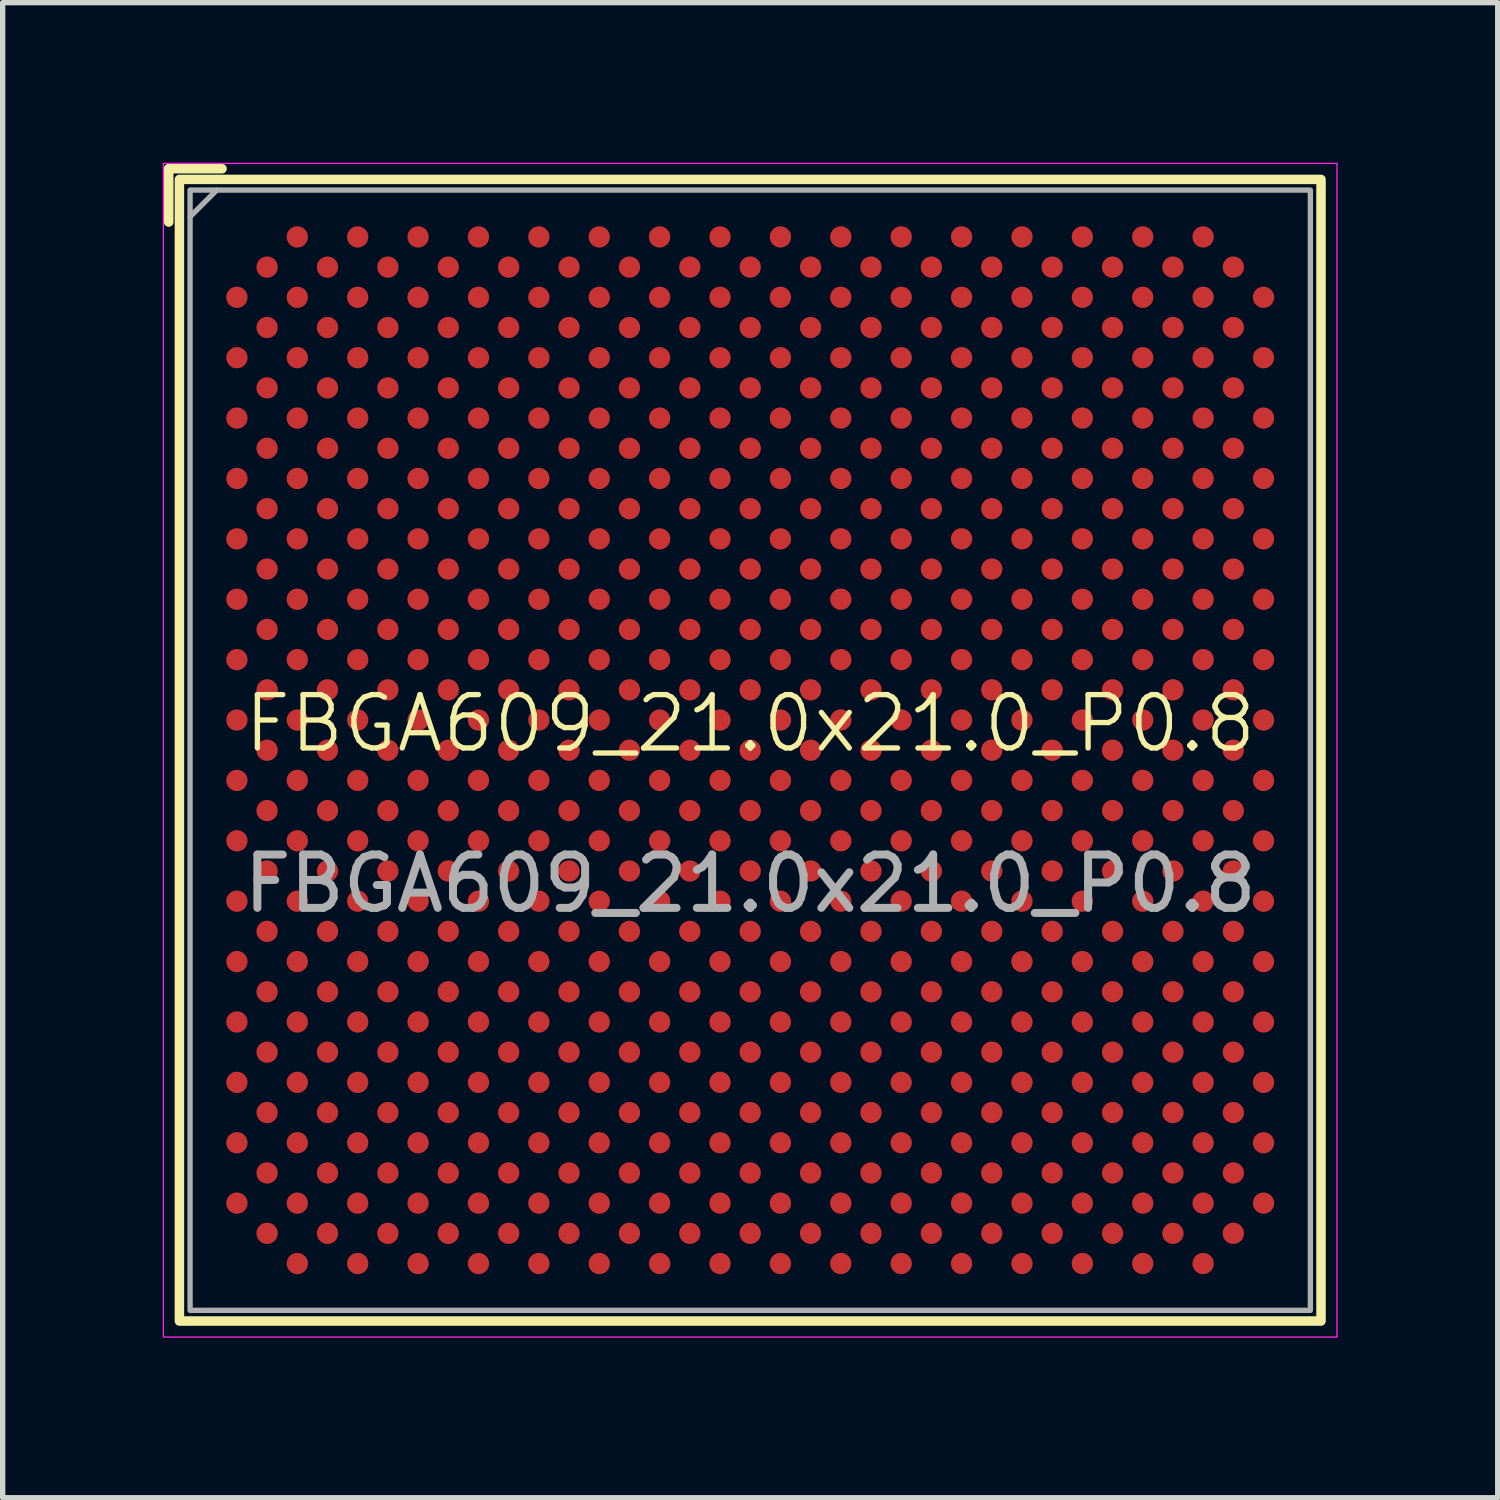
<source format=kicad_pcb>
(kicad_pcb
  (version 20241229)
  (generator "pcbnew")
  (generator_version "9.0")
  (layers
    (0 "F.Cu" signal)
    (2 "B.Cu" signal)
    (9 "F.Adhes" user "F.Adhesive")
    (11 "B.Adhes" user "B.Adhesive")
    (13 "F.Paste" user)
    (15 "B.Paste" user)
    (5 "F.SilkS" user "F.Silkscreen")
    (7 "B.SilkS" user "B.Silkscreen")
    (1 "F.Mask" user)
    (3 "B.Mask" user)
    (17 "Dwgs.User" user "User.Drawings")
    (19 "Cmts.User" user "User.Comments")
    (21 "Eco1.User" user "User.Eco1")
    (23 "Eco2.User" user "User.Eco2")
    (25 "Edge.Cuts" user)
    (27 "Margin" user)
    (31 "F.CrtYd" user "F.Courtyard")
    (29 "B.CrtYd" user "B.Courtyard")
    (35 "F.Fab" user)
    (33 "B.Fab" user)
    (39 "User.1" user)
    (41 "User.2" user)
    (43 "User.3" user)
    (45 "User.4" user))
  (footprint "FBGA609_21.0x21.0_P0.8"
    (layer "F.Cu")
    (at 11.013 11.013)
    (property "Reference" "FBGA609_21.0x21.0_P0.8" (at 0 -0.5 0) (unlocked yes) (layer "F.SilkS") (effects (font (size 1 1) (thickness 0.1))))
    (attr smd)
    (fp_line (start -10.9 -9.9) (end -10.9 -10.9) (stroke (width 0.178) (type default)) (layer "F.SilkS"))
    (fp_line (start -9.9 -10.9) (end -10.9 -10.9) (stroke (width 0.178) (type default)) (layer "F.SilkS"))
    (fp_rect (start -10.7 -10.7) (end 10.7 10.7) (stroke (width 0.178) (type default)) (fill no) (layer "F.SilkS"))
    (fp_rect (start -11 -11) (end 11 11) (stroke (width 0.025) (type default)) (fill no) (layer "F.CrtYd"))
    (fp_line (start -10.5 -10) (end -10 -10.5) (stroke (width 0.1) (type default)) (layer "F.Fab"))
    (fp_rect (start -10.5 -10.5) (end 10.5 10.5) (stroke (width 0.1) (type default)) (fill no) (layer "F.Fab"))
    (fp_text user "${REFERENCE}" (at 0 2.5 0) (unlocked yes) (layer "F.Fab") (effects (font (size 1 1) (thickness 0.15))))
    (pad "A3" smd circle (at -8.49 -9.622) (size 0.4 0.4) (layers "F.Cu" "F.Mask" "F.Paste"))
    (pad "A5" smd circle (at -7.358 -9.622) (size 0.4 0.4) (layers "F.Cu" "F.Mask" "F.Paste"))
    (pad "A7" smd circle (at -6.226 -9.622) (size 0.4 0.4) (layers "F.Cu" "F.Mask" "F.Paste"))
    (pad "A9" smd circle (at -5.094 -9.622) (size 0.4 0.4) (layers "F.Cu" "F.Mask" "F.Paste"))
    (pad "A11" smd circle (at -3.962 -9.622) (size 0.4 0.4) (layers "F.Cu" "F.Mask" "F.Paste"))
    (pad "A13" smd circle (at -2.83 -9.622) (size 0.4 0.4) (layers "F.Cu" "F.Mask" "F.Paste"))
    (pad "A15" smd circle (at -1.698 -9.622) (size 0.4 0.4) (layers "F.Cu" "F.Mask" "F.Paste"))
    (pad "A17" smd circle (at -0.566 -9.622) (size 0.4 0.4) (layers "F.Cu" "F.Mask" "F.Paste"))
    (pad "A19" smd circle (at 0.566 -9.622) (size 0.4 0.4) (layers "F.Cu" "F.Mask" "F.Paste"))
    (pad "A21" smd circle (at 1.698 -9.622) (size 0.4 0.4) (layers "F.Cu" "F.Mask" "F.Paste"))
    (pad "A23" smd circle (at 2.83 -9.622) (size 0.4 0.4) (layers "F.Cu" "F.Mask" "F.Paste"))
    (pad "A25" smd circle (at 3.962 -9.622) (size 0.4 0.4) (layers "F.Cu" "F.Mask" "F.Paste"))
    (pad "A27" smd circle (at 5.094 -9.622) (size 0.4 0.4) (layers "F.Cu" "F.Mask" "F.Paste"))
    (pad "A29" smd circle (at 6.226 -9.622) (size 0.4 0.4) (layers "F.Cu" "F.Mask" "F.Paste"))
    (pad "A31" smd circle (at 7.358 -9.622) (size 0.4 0.4) (layers "F.Cu" "F.Mask" "F.Paste"))
    (pad "A33" smd circle (at 8.49 -9.622) (size 0.4 0.4) (layers "F.Cu" "F.Mask" "F.Paste"))
    (pad "AA1" smd circle (at -9.622 1.698) (size 0.4 0.4) (layers "F.Cu" "F.Mask" "F.Paste"))
    (pad "AA3" smd circle (at -8.49 1.698) (size 0.4 0.4) (layers "F.Cu" "F.Mask" "F.Paste"))
    (pad "AA5" smd circle (at -7.358 1.698) (size 0.4 0.4) (layers "F.Cu" "F.Mask" "F.Paste"))
    (pad "AA7" smd circle (at -6.226 1.698) (size 0.4 0.4) (layers "F.Cu" "F.Mask" "F.Paste"))
    (pad "AA9" smd circle (at -5.094 1.698) (size 0.4 0.4) (layers "F.Cu" "F.Mask" "F.Paste"))
    (pad "AA11" smd circle (at -3.962 1.698) (size 0.4 0.4) (layers "F.Cu" "F.Mask" "F.Paste"))
    (pad "AA13" smd circle (at -2.83 1.698) (size 0.4 0.4) (layers "F.Cu" "F.Mask" "F.Paste"))
    (pad "AA15" smd circle (at -1.698 1.698) (size 0.4 0.4) (layers "F.Cu" "F.Mask" "F.Paste"))
    (pad "AA17" smd circle (at -0.566 1.698) (size 0.4 0.4) (layers "F.Cu" "F.Mask" "F.Paste"))
    (pad "AA19" smd circle (at 0.566 1.698) (size 0.4 0.4) (layers "F.Cu" "F.Mask" "F.Paste"))
    (pad "AA21" smd circle (at 1.698 1.698) (size 0.4 0.4) (layers "F.Cu" "F.Mask" "F.Paste"))
    (pad "AA23" smd circle (at 2.83 1.698) (size 0.4 0.4) (layers "F.Cu" "F.Mask" "F.Paste"))
    (pad "AA25" smd circle (at 3.962 1.698) (size 0.4 0.4) (layers "F.Cu" "F.Mask" "F.Paste"))
    (pad "AA27" smd circle (at 5.094 1.698) (size 0.4 0.4) (layers "F.Cu" "F.Mask" "F.Paste"))
    (pad "AA29" smd circle (at 6.226 1.698) (size 0.4 0.4) (layers "F.Cu" "F.Mask" "F.Paste"))
    (pad "AA31" smd circle (at 7.358 1.698) (size 0.4 0.4) (layers "F.Cu" "F.Mask" "F.Paste"))
    (pad "AA33" smd circle (at 8.49 1.698) (size 0.4 0.4) (layers "F.Cu" "F.Mask" "F.Paste"))
    (pad "AA35" smd circle (at 9.622 1.698) (size 0.4 0.4) (layers "F.Cu" "F.Mask" "F.Paste"))
    (pad "AB2" smd circle (at -9.056 2.264) (size 0.4 0.4) (layers "F.Cu" "F.Mask" "F.Paste"))
    (pad "AB4" smd circle (at -7.924 2.264) (size 0.4 0.4) (layers "F.Cu" "F.Mask" "F.Paste"))
    (pad "AB6" smd circle (at -6.792 2.264) (size 0.4 0.4) (layers "F.Cu" "F.Mask" "F.Paste"))
    (pad "AB8" smd circle (at -5.66 2.264) (size 0.4 0.4) (layers "F.Cu" "F.Mask" "F.Paste"))
    (pad "AB10" smd circle (at -4.528 2.264) (size 0.4 0.4) (layers "F.Cu" "F.Mask" "F.Paste"))
    (pad "AB12" smd circle (at -3.396 2.264) (size 0.4 0.4) (layers "F.Cu" "F.Mask" "F.Paste"))
    (pad "AB14" smd circle (at -2.264 2.264) (size 0.4 0.4) (layers "F.Cu" "F.Mask" "F.Paste"))
    (pad "AB16" smd circle (at -1.132 2.264) (size 0.4 0.4) (layers "F.Cu" "F.Mask" "F.Paste"))
    (pad "AB18" smd circle (at 0 2.264) (size 0.4 0.4) (layers "F.Cu" "F.Mask" "F.Paste"))
    (pad "AB20" smd circle (at 1.132 2.264) (size 0.4 0.4) (layers "F.Cu" "F.Mask" "F.Paste"))
    (pad "AB22" smd circle (at 2.264 2.264) (size 0.4 0.4) (layers "F.Cu" "F.Mask" "F.Paste"))
    (pad "AB24" smd circle (at 3.396 2.264) (size 0.4 0.4) (layers "F.Cu" "F.Mask" "F.Paste"))
    (pad "AB26" smd circle (at 4.528 2.264) (size 0.4 0.4) (layers "F.Cu" "F.Mask" "F.Paste"))
    (pad "AB28" smd circle (at 5.66 2.264) (size 0.4 0.4) (layers "F.Cu" "F.Mask" "F.Paste"))
    (pad "AB30" smd circle (at 6.792 2.264) (size 0.4 0.4) (layers "F.Cu" "F.Mask" "F.Paste"))
    (pad "AB32" smd circle (at 7.924 2.264) (size 0.4 0.4) (layers "F.Cu" "F.Mask" "F.Paste"))
    (pad "AB34" smd circle (at 9.056 2.264) (size 0.4 0.4) (layers "F.Cu" "F.Mask" "F.Paste"))
    (pad "AC1" smd circle (at -9.622 2.83) (size 0.4 0.4) (layers "F.Cu" "F.Mask" "F.Paste"))
    (pad "AC3" smd circle (at -8.49 2.83) (size 0.4 0.4) (layers "F.Cu" "F.Mask" "F.Paste"))
    (pad "AC5" smd circle (at -7.358 2.83) (size 0.4 0.4) (layers "F.Cu" "F.Mask" "F.Paste"))
    (pad "AC7" smd circle (at -6.226 2.83) (size 0.4 0.4) (layers "F.Cu" "F.Mask" "F.Paste"))
    (pad "AC9" smd circle (at -5.094 2.83) (size 0.4 0.4) (layers "F.Cu" "F.Mask" "F.Paste"))
    (pad "AC11" smd circle (at -3.962 2.83) (size 0.4 0.4) (layers "F.Cu" "F.Mask" "F.Paste"))
    (pad "AC13" smd circle (at -2.83 2.83) (size 0.4 0.4) (layers "F.Cu" "F.Mask" "F.Paste"))
    (pad "AC15" smd circle (at -1.698 2.83) (size 0.4 0.4) (layers "F.Cu" "F.Mask" "F.Paste"))
    (pad "AC17" smd circle (at -0.566 2.83) (size 0.4 0.4) (layers "F.Cu" "F.Mask" "F.Paste"))
    (pad "AC19" smd circle (at 0.566 2.83) (size 0.4 0.4) (layers "F.Cu" "F.Mask" "F.Paste"))
    (pad "AC21" smd circle (at 1.698 2.83) (size 0.4 0.4) (layers "F.Cu" "F.Mask" "F.Paste"))
    (pad "AC23" smd circle (at 2.83 2.83) (size 0.4 0.4) (layers "F.Cu" "F.Mask" "F.Paste"))
    (pad "AC25" smd circle (at 3.962 2.83) (size 0.4 0.4) (layers "F.Cu" "F.Mask" "F.Paste"))
    (pad "AC27" smd circle (at 5.094 2.83) (size 0.4 0.4) (layers "F.Cu" "F.Mask" "F.Paste"))
    (pad "AC29" smd circle (at 6.226 2.83) (size 0.4 0.4) (layers "F.Cu" "F.Mask" "F.Paste"))
    (pad "AC31" smd circle (at 7.358 2.83) (size 0.4 0.4) (layers "F.Cu" "F.Mask" "F.Paste"))
    (pad "AC33" smd circle (at 8.49 2.83) (size 0.4 0.4) (layers "F.Cu" "F.Mask" "F.Paste"))
    (pad "AC35" smd circle (at 9.622 2.83) (size 0.4 0.4) (layers "F.Cu" "F.Mask" "F.Paste"))
    (pad "AD2" smd circle (at -9.056 3.396) (size 0.4 0.4) (layers "F.Cu" "F.Mask" "F.Paste"))
    (pad "AD4" smd circle (at -7.924 3.396) (size 0.4 0.4) (layers "F.Cu" "F.Mask" "F.Paste"))
    (pad "AD6" smd circle (at -6.792 3.396) (size 0.4 0.4) (layers "F.Cu" "F.Mask" "F.Paste"))
    (pad "AD8" smd circle (at -5.66 3.396) (size 0.4 0.4) (layers "F.Cu" "F.Mask" "F.Paste"))
    (pad "AD10" smd circle (at -4.528 3.396) (size 0.4 0.4) (layers "F.Cu" "F.Mask" "F.Paste"))
    (pad "AD12" smd circle (at -3.396 3.396) (size 0.4 0.4) (layers "F.Cu" "F.Mask" "F.Paste"))
    (pad "AD14" smd circle (at -2.264 3.396) (size 0.4 0.4) (layers "F.Cu" "F.Mask" "F.Paste"))
    (pad "AD16" smd circle (at -1.132 3.396) (size 0.4 0.4) (layers "F.Cu" "F.Mask" "F.Paste"))
    (pad "AD18" smd circle (at 0 3.396) (size 0.4 0.4) (layers "F.Cu" "F.Mask" "F.Paste"))
    (pad "AD20" smd circle (at 1.132 3.396) (size 0.4 0.4) (layers "F.Cu" "F.Mask" "F.Paste"))
    (pad "AD22" smd circle (at 2.264 3.396) (size 0.4 0.4) (layers "F.Cu" "F.Mask" "F.Paste"))
    (pad "AD24" smd circle (at 3.396 3.396) (size 0.4 0.4) (layers "F.Cu" "F.Mask" "F.Paste"))
    (pad "AD26" smd circle (at 4.528 3.396) (size 0.4 0.4) (layers "F.Cu" "F.Mask" "F.Paste"))
    (pad "AD28" smd circle (at 5.66 3.396) (size 0.4 0.4) (layers "F.Cu" "F.Mask" "F.Paste"))
    (pad "AD30" smd circle (at 6.792 3.396) (size 0.4 0.4) (layers "F.Cu" "F.Mask" "F.Paste"))
    (pad "AD32" smd circle (at 7.924 3.396) (size 0.4 0.4) (layers "F.Cu" "F.Mask" "F.Paste"))
    (pad "AD34" smd circle (at 9.056 3.396) (size 0.4 0.4) (layers "F.Cu" "F.Mask" "F.Paste"))
    (pad "AE1" smd circle (at -9.622 3.962) (size 0.4 0.4) (layers "F.Cu" "F.Mask" "F.Paste"))
    (pad "AE3" smd circle (at -8.49 3.962) (size 0.4 0.4) (layers "F.Cu" "F.Mask" "F.Paste"))
    (pad "AE5" smd circle (at -7.358 3.962) (size 0.4 0.4) (layers "F.Cu" "F.Mask" "F.Paste"))
    (pad "AE7" smd circle (at -6.226 3.962) (size 0.4 0.4) (layers "F.Cu" "F.Mask" "F.Paste"))
    (pad "AE9" smd circle (at -5.094 3.962) (size 0.4 0.4) (layers "F.Cu" "F.Mask" "F.Paste"))
    (pad "AE11" smd circle (at -3.962 3.962) (size 0.4 0.4) (layers "F.Cu" "F.Mask" "F.Paste"))
    (pad "AE13" smd circle (at -2.83 3.962) (size 0.4 0.4) (layers "F.Cu" "F.Mask" "F.Paste"))
    (pad "AE15" smd circle (at -1.698 3.962) (size 0.4 0.4) (layers "F.Cu" "F.Mask" "F.Paste"))
    (pad "AE17" smd circle (at -0.566 3.962) (size 0.4 0.4) (layers "F.Cu" "F.Mask" "F.Paste"))
    (pad "AE19" smd circle (at 0.566 3.962) (size 0.4 0.4) (layers "F.Cu" "F.Mask" "F.Paste"))
    (pad "AE21" smd circle (at 1.698 3.962) (size 0.4 0.4) (layers "F.Cu" "F.Mask" "F.Paste"))
    (pad "AE23" smd circle (at 2.83 3.962) (size 0.4 0.4) (layers "F.Cu" "F.Mask" "F.Paste"))
    (pad "AE25" smd circle (at 3.962 3.962) (size 0.4 0.4) (layers "F.Cu" "F.Mask" "F.Paste"))
    (pad "AE27" smd circle (at 5.094 3.962) (size 0.4 0.4) (layers "F.Cu" "F.Mask" "F.Paste"))
    (pad "AE29" smd circle (at 6.226 3.962) (size 0.4 0.4) (layers "F.Cu" "F.Mask" "F.Paste"))
    (pad "AE31" smd circle (at 7.358 3.962) (size 0.4 0.4) (layers "F.Cu" "F.Mask" "F.Paste"))
    (pad "AE33" smd circle (at 8.49 3.962) (size 0.4 0.4) (layers "F.Cu" "F.Mask" "F.Paste"))
    (pad "AE35" smd circle (at 9.622 3.962) (size 0.4 0.4) (layers "F.Cu" "F.Mask" "F.Paste"))
    (pad "AF2" smd circle (at -9.056 4.528) (size 0.4 0.4) (layers "F.Cu" "F.Mask" "F.Paste"))
    (pad "AF4" smd circle (at -7.924 4.528) (size 0.4 0.4) (layers "F.Cu" "F.Mask" "F.Paste"))
    (pad "AF6" smd circle (at -6.792 4.528) (size 0.4 0.4) (layers "F.Cu" "F.Mask" "F.Paste"))
    (pad "AF8" smd circle (at -5.66 4.528) (size 0.4 0.4) (layers "F.Cu" "F.Mask" "F.Paste"))
    (pad "AF10" smd circle (at -4.528 4.528) (size 0.4 0.4) (layers "F.Cu" "F.Mask" "F.Paste"))
    (pad "AF12" smd circle (at -3.396 4.528) (size 0.4 0.4) (layers "F.Cu" "F.Mask" "F.Paste"))
    (pad "AF14" smd circle (at -2.264 4.528) (size 0.4 0.4) (layers "F.Cu" "F.Mask" "F.Paste"))
    (pad "AF16" smd circle (at -1.132 4.528) (size 0.4 0.4) (layers "F.Cu" "F.Mask" "F.Paste"))
    (pad "AF18" smd circle (at 0 4.528) (size 0.4 0.4) (layers "F.Cu" "F.Mask" "F.Paste"))
    (pad "AF20" smd circle (at 1.132 4.528) (size 0.4 0.4) (layers "F.Cu" "F.Mask" "F.Paste"))
    (pad "AF22" smd circle (at 2.264 4.528) (size 0.4 0.4) (layers "F.Cu" "F.Mask" "F.Paste"))
    (pad "AF24" smd circle (at 3.396 4.528) (size 0.4 0.4) (layers "F.Cu" "F.Mask" "F.Paste"))
    (pad "AF26" smd circle (at 4.528 4.528) (size 0.4 0.4) (layers "F.Cu" "F.Mask" "F.Paste"))
    (pad "AF28" smd circle (at 5.66 4.528) (size 0.4 0.4) (layers "F.Cu" "F.Mask" "F.Paste"))
    (pad "AF30" smd circle (at 6.792 4.528) (size 0.4 0.4) (layers "F.Cu" "F.Mask" "F.Paste"))
    (pad "AF32" smd circle (at 7.924 4.528) (size 0.4 0.4) (layers "F.Cu" "F.Mask" "F.Paste"))
    (pad "AF34" smd circle (at 9.056 4.528) (size 0.4 0.4) (layers "F.Cu" "F.Mask" "F.Paste"))
    (pad "AG1" smd circle (at -9.622 5.094) (size 0.4 0.4) (layers "F.Cu" "F.Mask" "F.Paste"))
    (pad "AG3" smd circle (at -8.49 5.094) (size 0.4 0.4) (layers "F.Cu" "F.Mask" "F.Paste"))
    (pad "AG5" smd circle (at -7.358 5.094) (size 0.4 0.4) (layers "F.Cu" "F.Mask" "F.Paste"))
    (pad "AG7" smd circle (at -6.226 5.094) (size 0.4 0.4) (layers "F.Cu" "F.Mask" "F.Paste"))
    (pad "AG9" smd circle (at -5.094 5.094) (size 0.4 0.4) (layers "F.Cu" "F.Mask" "F.Paste"))
    (pad "AG11" smd circle (at -3.962 5.094) (size 0.4 0.4) (layers "F.Cu" "F.Mask" "F.Paste"))
    (pad "AG13" smd circle (at -2.83 5.094) (size 0.4 0.4) (layers "F.Cu" "F.Mask" "F.Paste"))
    (pad "AG15" smd circle (at -1.698 5.094) (size 0.4 0.4) (layers "F.Cu" "F.Mask" "F.Paste"))
    (pad "AG17" smd circle (at -0.566 5.094) (size 0.4 0.4) (layers "F.Cu" "F.Mask" "F.Paste"))
    (pad "AG19" smd circle (at 0.566 5.094) (size 0.4 0.4) (layers "F.Cu" "F.Mask" "F.Paste"))
    (pad "AG21" smd circle (at 1.698 5.094) (size 0.4 0.4) (layers "F.Cu" "F.Mask" "F.Paste"))
    (pad "AG23" smd circle (at 2.83 5.094) (size 0.4 0.4) (layers "F.Cu" "F.Mask" "F.Paste"))
    (pad "AG25" smd circle (at 3.962 5.094) (size 0.4 0.4) (layers "F.Cu" "F.Mask" "F.Paste"))
    (pad "AG27" smd circle (at 5.094 5.094) (size 0.4 0.4) (layers "F.Cu" "F.Mask" "F.Paste"))
    (pad "AG29" smd circle (at 6.226 5.094) (size 0.4 0.4) (layers "F.Cu" "F.Mask" "F.Paste"))
    (pad "AG31" smd circle (at 7.358 5.094) (size 0.4 0.4) (layers "F.Cu" "F.Mask" "F.Paste"))
    (pad "AG33" smd circle (at 8.49 5.094) (size 0.4 0.4) (layers "F.Cu" "F.Mask" "F.Paste"))
    (pad "AG35" smd circle (at 9.622 5.094) (size 0.4 0.4) (layers "F.Cu" "F.Mask" "F.Paste"))
    (pad "AH2" smd circle (at -9.056 5.66) (size 0.4 0.4) (layers "F.Cu" "F.Mask" "F.Paste"))
    (pad "AH4" smd circle (at -7.924 5.66) (size 0.4 0.4) (layers "F.Cu" "F.Mask" "F.Paste"))
    (pad "AH6" smd circle (at -6.792 5.66) (size 0.4 0.4) (layers "F.Cu" "F.Mask" "F.Paste"))
    (pad "AH8" smd circle (at -5.66 5.66) (size 0.4 0.4) (layers "F.Cu" "F.Mask" "F.Paste"))
    (pad "AH10" smd circle (at -4.528 5.66) (size 0.4 0.4) (layers "F.Cu" "F.Mask" "F.Paste"))
    (pad "AH12" smd circle (at -3.396 5.66) (size 0.4 0.4) (layers "F.Cu" "F.Mask" "F.Paste"))
    (pad "AH14" smd circle (at -2.264 5.66) (size 0.4 0.4) (layers "F.Cu" "F.Mask" "F.Paste"))
    (pad "AH16" smd circle (at -1.132 5.66) (size 0.4 0.4) (layers "F.Cu" "F.Mask" "F.Paste"))
    (pad "AH18" smd circle (at 0 5.66) (size 0.4 0.4) (layers "F.Cu" "F.Mask" "F.Paste"))
    (pad "AH20" smd circle (at 1.132 5.66) (size 0.4 0.4) (layers "F.Cu" "F.Mask" "F.Paste"))
    (pad "AH22" smd circle (at 2.264 5.66) (size 0.4 0.4) (layers "F.Cu" "F.Mask" "F.Paste"))
    (pad "AH24" smd circle (at 3.396 5.66) (size 0.4 0.4) (layers "F.Cu" "F.Mask" "F.Paste"))
    (pad "AH26" smd circle (at 4.528 5.66) (size 0.4 0.4) (layers "F.Cu" "F.Mask" "F.Paste"))
    (pad "AH28" smd circle (at 5.66 5.66) (size 0.4 0.4) (layers "F.Cu" "F.Mask" "F.Paste"))
    (pad "AH30" smd circle (at 6.792 5.66) (size 0.4 0.4) (layers "F.Cu" "F.Mask" "F.Paste"))
    (pad "AH32" smd circle (at 7.924 5.66) (size 0.4 0.4) (layers "F.Cu" "F.Mask" "F.Paste"))
    (pad "AH34" smd circle (at 9.056 5.66) (size 0.4 0.4) (layers "F.Cu" "F.Mask" "F.Paste"))
    (pad "AJ1" smd circle (at -9.622 6.226) (size 0.4 0.4) (layers "F.Cu" "F.Mask" "F.Paste"))
    (pad "AJ3" smd circle (at -8.49 6.226) (size 0.4 0.4) (layers "F.Cu" "F.Mask" "F.Paste"))
    (pad "AJ5" smd circle (at -7.358 6.226) (size 0.4 0.4) (layers "F.Cu" "F.Mask" "F.Paste"))
    (pad "AJ7" smd circle (at -6.226 6.226) (size 0.4 0.4) (layers "F.Cu" "F.Mask" "F.Paste"))
    (pad "AJ9" smd circle (at -5.094 6.226) (size 0.4 0.4) (layers "F.Cu" "F.Mask" "F.Paste"))
    (pad "AJ11" smd circle (at -3.962 6.226) (size 0.4 0.4) (layers "F.Cu" "F.Mask" "F.Paste"))
    (pad "AJ13" smd circle (at -2.83 6.226) (size 0.4 0.4) (layers "F.Cu" "F.Mask" "F.Paste"))
    (pad "AJ15" smd circle (at -1.698 6.226) (size 0.4 0.4) (layers "F.Cu" "F.Mask" "F.Paste"))
    (pad "AJ17" smd circle (at -0.566 6.226) (size 0.4 0.4) (layers "F.Cu" "F.Mask" "F.Paste"))
    (pad "AJ19" smd circle (at 0.566 6.226) (size 0.4 0.4) (layers "F.Cu" "F.Mask" "F.Paste"))
    (pad "AJ21" smd circle (at 1.698 6.226) (size 0.4 0.4) (layers "F.Cu" "F.Mask" "F.Paste"))
    (pad "AJ23" smd circle (at 2.83 6.226) (size 0.4 0.4) (layers "F.Cu" "F.Mask" "F.Paste"))
    (pad "AJ25" smd circle (at 3.962 6.226) (size 0.4 0.4) (layers "F.Cu" "F.Mask" "F.Paste"))
    (pad "AJ27" smd circle (at 5.094 6.226) (size 0.4 0.4) (layers "F.Cu" "F.Mask" "F.Paste"))
    (pad "AJ29" smd circle (at 6.226 6.226) (size 0.4 0.4) (layers "F.Cu" "F.Mask" "F.Paste"))
    (pad "AJ31" smd circle (at 7.358 6.226) (size 0.4 0.4) (layers "F.Cu" "F.Mask" "F.Paste"))
    (pad "AJ33" smd circle (at 8.49 6.226) (size 0.4 0.4) (layers "F.Cu" "F.Mask" "F.Paste"))
    (pad "AJ35" smd circle (at 9.622 6.226) (size 0.4 0.4) (layers "F.Cu" "F.Mask" "F.Paste"))
    (pad "AK2" smd circle (at -9.056 6.792) (size 0.4 0.4) (layers "F.Cu" "F.Mask" "F.Paste"))
    (pad "AK4" smd circle (at -7.924 6.792) (size 0.4 0.4) (layers "F.Cu" "F.Mask" "F.Paste"))
    (pad "AK6" smd circle (at -6.792 6.792) (size 0.4 0.4) (layers "F.Cu" "F.Mask" "F.Paste"))
    (pad "AK8" smd circle (at -5.66 6.792) (size 0.4 0.4) (layers "F.Cu" "F.Mask" "F.Paste"))
    (pad "AK10" smd circle (at -4.528 6.792) (size 0.4 0.4) (layers "F.Cu" "F.Mask" "F.Paste"))
    (pad "AK12" smd circle (at -3.396 6.792) (size 0.4 0.4) (layers "F.Cu" "F.Mask" "F.Paste"))
    (pad "AK14" smd circle (at -2.264 6.792) (size 0.4 0.4) (layers "F.Cu" "F.Mask" "F.Paste"))
    (pad "AK16" smd circle (at -1.132 6.792) (size 0.4 0.4) (layers "F.Cu" "F.Mask" "F.Paste"))
    (pad "AK18" smd circle (at 0 6.792) (size 0.4 0.4) (layers "F.Cu" "F.Mask" "F.Paste"))
    (pad "AK20" smd circle (at 1.132 6.792) (size 0.4 0.4) (layers "F.Cu" "F.Mask" "F.Paste"))
    (pad "AK22" smd circle (at 2.264 6.792) (size 0.4 0.4) (layers "F.Cu" "F.Mask" "F.Paste"))
    (pad "AK24" smd circle (at 3.396 6.792) (size 0.4 0.4) (layers "F.Cu" "F.Mask" "F.Paste"))
    (pad "AK26" smd circle (at 4.528 6.792) (size 0.4 0.4) (layers "F.Cu" "F.Mask" "F.Paste"))
    (pad "AK28" smd circle (at 5.66 6.792) (size 0.4 0.4) (layers "F.Cu" "F.Mask" "F.Paste"))
    (pad "AK30" smd circle (at 6.792 6.792) (size 0.4 0.4) (layers "F.Cu" "F.Mask" "F.Paste"))
    (pad "AK32" smd circle (at 7.924 6.792) (size 0.4 0.4) (layers "F.Cu" "F.Mask" "F.Paste"))
    (pad "AK34" smd circle (at 9.056 6.792) (size 0.4 0.4) (layers "F.Cu" "F.Mask" "F.Paste"))
    (pad "AL1" smd circle (at -9.622 7.358) (size 0.4 0.4) (layers "F.Cu" "F.Mask" "F.Paste"))
    (pad "AL3" smd circle (at -8.49 7.358) (size 0.4 0.4) (layers "F.Cu" "F.Mask" "F.Paste"))
    (pad "AL5" smd circle (at -7.358 7.358) (size 0.4 0.4) (layers "F.Cu" "F.Mask" "F.Paste"))
    (pad "AL7" smd circle (at -6.226 7.358) (size 0.4 0.4) (layers "F.Cu" "F.Mask" "F.Paste"))
    (pad "AL9" smd circle (at -5.094 7.358) (size 0.4 0.4) (layers "F.Cu" "F.Mask" "F.Paste"))
    (pad "AL11" smd circle (at -3.962 7.358) (size 0.4 0.4) (layers "F.Cu" "F.Mask" "F.Paste"))
    (pad "AL13" smd circle (at -2.83 7.358) (size 0.4 0.4) (layers "F.Cu" "F.Mask" "F.Paste"))
    (pad "AL15" smd circle (at -1.698 7.358) (size 0.4 0.4) (layers "F.Cu" "F.Mask" "F.Paste"))
    (pad "AL17" smd circle (at -0.566 7.358) (size 0.4 0.4) (layers "F.Cu" "F.Mask" "F.Paste"))
    (pad "AL19" smd circle (at 0.566 7.358) (size 0.4 0.4) (layers "F.Cu" "F.Mask" "F.Paste"))
    (pad "AL21" smd circle (at 1.698 7.358) (size 0.4 0.4) (layers "F.Cu" "F.Mask" "F.Paste"))
    (pad "AL23" smd circle (at 2.83 7.358) (size 0.4 0.4) (layers "F.Cu" "F.Mask" "F.Paste"))
    (pad "AL25" smd circle (at 3.962 7.358) (size 0.4 0.4) (layers "F.Cu" "F.Mask" "F.Paste"))
    (pad "AL27" smd circle (at 5.094 7.358) (size 0.4 0.4) (layers "F.Cu" "F.Mask" "F.Paste"))
    (pad "AL29" smd circle (at 6.226 7.358) (size 0.4 0.4) (layers "F.Cu" "F.Mask" "F.Paste"))
    (pad "AL31" smd circle (at 7.358 7.358) (size 0.4 0.4) (layers "F.Cu" "F.Mask" "F.Paste"))
    (pad "AL33" smd circle (at 8.49 7.358) (size 0.4 0.4) (layers "F.Cu" "F.Mask" "F.Paste"))
    (pad "AL35" smd circle (at 9.622 7.358) (size 0.4 0.4) (layers "F.Cu" "F.Mask" "F.Paste"))
    (pad "AM2" smd circle (at -9.056 7.924) (size 0.4 0.4) (layers "F.Cu" "F.Mask" "F.Paste"))
    (pad "AM4" smd circle (at -7.924 7.924) (size 0.4 0.4) (layers "F.Cu" "F.Mask" "F.Paste"))
    (pad "AM6" smd circle (at -6.792 7.924) (size 0.4 0.4) (layers "F.Cu" "F.Mask" "F.Paste"))
    (pad "AM8" smd circle (at -5.66 7.924) (size 0.4 0.4) (layers "F.Cu" "F.Mask" "F.Paste"))
    (pad "AM10" smd circle (at -4.528 7.924) (size 0.4 0.4) (layers "F.Cu" "F.Mask" "F.Paste"))
    (pad "AM12" smd circle (at -3.396 7.924) (size 0.4 0.4) (layers "F.Cu" "F.Mask" "F.Paste"))
    (pad "AM14" smd circle (at -2.264 7.924) (size 0.4 0.4) (layers "F.Cu" "F.Mask" "F.Paste"))
    (pad "AM16" smd circle (at -1.132 7.924) (size 0.4 0.4) (layers "F.Cu" "F.Mask" "F.Paste"))
    (pad "AM18" smd circle (at 0 7.924) (size 0.4 0.4) (layers "F.Cu" "F.Mask" "F.Paste"))
    (pad "AM20" smd circle (at 1.132 7.924) (size 0.4 0.4) (layers "F.Cu" "F.Mask" "F.Paste"))
    (pad "AM22" smd circle (at 2.264 7.924) (size 0.4 0.4) (layers "F.Cu" "F.Mask" "F.Paste"))
    (pad "AM24" smd circle (at 3.396 7.924) (size 0.4 0.4) (layers "F.Cu" "F.Mask" "F.Paste"))
    (pad "AM26" smd circle (at 4.528 7.924) (size 0.4 0.4) (layers "F.Cu" "F.Mask" "F.Paste"))
    (pad "AM28" smd circle (at 5.66 7.924) (size 0.4 0.4) (layers "F.Cu" "F.Mask" "F.Paste"))
    (pad "AM30" smd circle (at 6.792 7.924) (size 0.4 0.4) (layers "F.Cu" "F.Mask" "F.Paste"))
    (pad "AM32" smd circle (at 7.924 7.924) (size 0.4 0.4) (layers "F.Cu" "F.Mask" "F.Paste"))
    (pad "AM34" smd circle (at 9.056 7.924) (size 0.4 0.4) (layers "F.Cu" "F.Mask" "F.Paste"))
    (pad "AN1" smd circle (at -9.622 8.49) (size 0.4 0.4) (layers "F.Cu" "F.Mask" "F.Paste"))
    (pad "AN3" smd circle (at -8.49 8.49) (size 0.4 0.4) (layers "F.Cu" "F.Mask" "F.Paste"))
    (pad "AN5" smd circle (at -7.358 8.49) (size 0.4 0.4) (layers "F.Cu" "F.Mask" "F.Paste"))
    (pad "AN7" smd circle (at -6.226 8.49) (size 0.4 0.4) (layers "F.Cu" "F.Mask" "F.Paste"))
    (pad "AN9" smd circle (at -5.094 8.49) (size 0.4 0.4) (layers "F.Cu" "F.Mask" "F.Paste"))
    (pad "AN11" smd circle (at -3.962 8.49) (size 0.4 0.4) (layers "F.Cu" "F.Mask" "F.Paste"))
    (pad "AN13" smd circle (at -2.83 8.49) (size 0.4 0.4) (layers "F.Cu" "F.Mask" "F.Paste"))
    (pad "AN15" smd circle (at -1.698 8.49) (size 0.4 0.4) (layers "F.Cu" "F.Mask" "F.Paste"))
    (pad "AN17" smd circle (at -0.566 8.49) (size 0.4 0.4) (layers "F.Cu" "F.Mask" "F.Paste"))
    (pad "AN19" smd circle (at 0.566 8.49) (size 0.4 0.4) (layers "F.Cu" "F.Mask" "F.Paste"))
    (pad "AN21" smd circle (at 1.698 8.49) (size 0.4 0.4) (layers "F.Cu" "F.Mask" "F.Paste"))
    (pad "AN23" smd circle (at 2.83 8.49) (size 0.4 0.4) (layers "F.Cu" "F.Mask" "F.Paste"))
    (pad "AN25" smd circle (at 3.962 8.49) (size 0.4 0.4) (layers "F.Cu" "F.Mask" "F.Paste"))
    (pad "AN27" smd circle (at 5.094 8.49) (size 0.4 0.4) (layers "F.Cu" "F.Mask" "F.Paste"))
    (pad "AN29" smd circle (at 6.226 8.49) (size 0.4 0.4) (layers "F.Cu" "F.Mask" "F.Paste"))
    (pad "AN31" smd circle (at 7.358 8.49) (size 0.4 0.4) (layers "F.Cu" "F.Mask" "F.Paste"))
    (pad "AN33" smd circle (at 8.49 8.49) (size 0.4 0.4) (layers "F.Cu" "F.Mask" "F.Paste"))
    (pad "AN35" smd circle (at 9.622 8.49) (size 0.4 0.4) (layers "F.Cu" "F.Mask" "F.Paste"))
    (pad "AP2" smd circle (at -9.056 9.056) (size 0.4 0.4) (layers "F.Cu" "F.Mask" "F.Paste"))
    (pad "AP4" smd circle (at -7.924 9.056) (size 0.4 0.4) (layers "F.Cu" "F.Mask" "F.Paste"))
    (pad "AP6" smd circle (at -6.792 9.056) (size 0.4 0.4) (layers "F.Cu" "F.Mask" "F.Paste"))
    (pad "AP8" smd circle (at -5.66 9.056) (size 0.4 0.4) (layers "F.Cu" "F.Mask" "F.Paste"))
    (pad "AP10" smd circle (at -4.528 9.056) (size 0.4 0.4) (layers "F.Cu" "F.Mask" "F.Paste"))
    (pad "AP12" smd circle (at -3.396 9.056) (size 0.4 0.4) (layers "F.Cu" "F.Mask" "F.Paste"))
    (pad "AP14" smd circle (at -2.264 9.056) (size 0.4 0.4) (layers "F.Cu" "F.Mask" "F.Paste"))
    (pad "AP16" smd circle (at -1.132 9.056) (size 0.4 0.4) (layers "F.Cu" "F.Mask" "F.Paste"))
    (pad "AP18" smd circle (at 0 9.056) (size 0.4 0.4) (layers "F.Cu" "F.Mask" "F.Paste"))
    (pad "AP20" smd circle (at 1.132 9.056) (size 0.4 0.4) (layers "F.Cu" "F.Mask" "F.Paste"))
    (pad "AP22" smd circle (at 2.264 9.056) (size 0.4 0.4) (layers "F.Cu" "F.Mask" "F.Paste"))
    (pad "AP24" smd circle (at 3.396 9.056) (size 0.4 0.4) (layers "F.Cu" "F.Mask" "F.Paste"))
    (pad "AP26" smd circle (at 4.528 9.056) (size 0.4 0.4) (layers "F.Cu" "F.Mask" "F.Paste"))
    (pad "AP28" smd circle (at 5.66 9.056) (size 0.4 0.4) (layers "F.Cu" "F.Mask" "F.Paste"))
    (pad "AP30" smd circle (at 6.792 9.056) (size 0.4 0.4) (layers "F.Cu" "F.Mask" "F.Paste"))
    (pad "AP32" smd circle (at 7.924 9.056) (size 0.4 0.4) (layers "F.Cu" "F.Mask" "F.Paste"))
    (pad "AP34" smd circle (at 9.056 9.056) (size 0.4 0.4) (layers "F.Cu" "F.Mask" "F.Paste"))
    (pad "AR3" smd circle (at -8.49 9.622) (size 0.4 0.4) (layers "F.Cu" "F.Mask" "F.Paste"))
    (pad "AR5" smd circle (at -7.358 9.622) (size 0.4 0.4) (layers "F.Cu" "F.Mask" "F.Paste"))
    (pad "AR7" smd circle (at -6.226 9.622) (size 0.4 0.4) (layers "F.Cu" "F.Mask" "F.Paste"))
    (pad "AR9" smd circle (at -5.094 9.622) (size 0.4 0.4) (layers "F.Cu" "F.Mask" "F.Paste"))
    (pad "AR11" smd circle (at -3.962 9.622) (size 0.4 0.4) (layers "F.Cu" "F.Mask" "F.Paste"))
    (pad "AR13" smd circle (at -2.83 9.622) (size 0.4 0.4) (layers "F.Cu" "F.Mask" "F.Paste"))
    (pad "AR15" smd circle (at -1.698 9.622) (size 0.4 0.4) (layers "F.Cu" "F.Mask" "F.Paste"))
    (pad "AR17" smd circle (at -0.566 9.622) (size 0.4 0.4) (layers "F.Cu" "F.Mask" "F.Paste"))
    (pad "AR19" smd circle (at 0.566 9.622) (size 0.4 0.4) (layers "F.Cu" "F.Mask" "F.Paste"))
    (pad "AR21" smd circle (at 1.698 9.622) (size 0.4 0.4) (layers "F.Cu" "F.Mask" "F.Paste"))
    (pad "AR23" smd circle (at 2.83 9.622) (size 0.4 0.4) (layers "F.Cu" "F.Mask" "F.Paste"))
    (pad "AR25" smd circle (at 3.962 9.622) (size 0.4 0.4) (layers "F.Cu" "F.Mask" "F.Paste"))
    (pad "AR27" smd circle (at 5.094 9.622) (size 0.4 0.4) (layers "F.Cu" "F.Mask" "F.Paste"))
    (pad "AR29" smd circle (at 6.226 9.622) (size 0.4 0.4) (layers "F.Cu" "F.Mask" "F.Paste"))
    (pad "AR31" smd circle (at 7.358 9.622) (size 0.4 0.4) (layers "F.Cu" "F.Mask" "F.Paste"))
    (pad "AR33" smd circle (at 8.49 9.622) (size 0.4 0.4) (layers "F.Cu" "F.Mask" "F.Paste"))
    (pad "B2" smd circle (at -9.056 -9.056) (size 0.4 0.4) (layers "F.Cu" "F.Mask" "F.Paste"))
    (pad "B4" smd circle (at -7.924 -9.056) (size 0.4 0.4) (layers "F.Cu" "F.Mask" "F.Paste"))
    (pad "B6" smd circle (at -6.792 -9.056) (size 0.4 0.4) (layers "F.Cu" "F.Mask" "F.Paste"))
    (pad "B8" smd circle (at -5.66 -9.056) (size 0.4 0.4) (layers "F.Cu" "F.Mask" "F.Paste"))
    (pad "B10" smd circle (at -4.528 -9.056) (size 0.4 0.4) (layers "F.Cu" "F.Mask" "F.Paste"))
    (pad "B12" smd circle (at -3.396 -9.056) (size 0.4 0.4) (layers "F.Cu" "F.Mask" "F.Paste"))
    (pad "B14" smd circle (at -2.264 -9.056) (size 0.4 0.4) (layers "F.Cu" "F.Mask" "F.Paste"))
    (pad "B16" smd circle (at -1.132 -9.056) (size 0.4 0.4) (layers "F.Cu" "F.Mask" "F.Paste"))
    (pad "B18" smd circle (at 0 -9.056) (size 0.4 0.4) (layers "F.Cu" "F.Mask" "F.Paste"))
    (pad "B20" smd circle (at 1.132 -9.056) (size 0.4 0.4) (layers "F.Cu" "F.Mask" "F.Paste"))
    (pad "B22" smd circle (at 2.264 -9.056) (size 0.4 0.4) (layers "F.Cu" "F.Mask" "F.Paste"))
    (pad "B24" smd circle (at 3.396 -9.056) (size 0.4 0.4) (layers "F.Cu" "F.Mask" "F.Paste"))
    (pad "B26" smd circle (at 4.528 -9.056) (size 0.4 0.4) (layers "F.Cu" "F.Mask" "F.Paste"))
    (pad "B28" smd circle (at 5.66 -9.056) (size 0.4 0.4) (layers "F.Cu" "F.Mask" "F.Paste"))
    (pad "B30" smd circle (at 6.792 -9.056) (size 0.4 0.4) (layers "F.Cu" "F.Mask" "F.Paste"))
    (pad "B32" smd circle (at 7.924 -9.056) (size 0.4 0.4) (layers "F.Cu" "F.Mask" "F.Paste"))
    (pad "B34" smd circle (at 9.056 -9.056) (size 0.4 0.4) (layers "F.Cu" "F.Mask" "F.Paste"))
    (pad "C1" smd circle (at -9.622 -8.49) (size 0.4 0.4) (layers "F.Cu" "F.Mask" "F.Paste"))
    (pad "C3" smd circle (at -8.49 -8.49) (size 0.4 0.4) (layers "F.Cu" "F.Mask" "F.Paste"))
    (pad "C5" smd circle (at -7.358 -8.49) (size 0.4 0.4) (layers "F.Cu" "F.Mask" "F.Paste"))
    (pad "C7" smd circle (at -6.226 -8.49) (size 0.4 0.4) (layers "F.Cu" "F.Mask" "F.Paste"))
    (pad "C9" smd circle (at -5.094 -8.49) (size 0.4 0.4) (layers "F.Cu" "F.Mask" "F.Paste"))
    (pad "C11" smd circle (at -3.962 -8.49) (size 0.4 0.4) (layers "F.Cu" "F.Mask" "F.Paste"))
    (pad "C13" smd circle (at -2.83 -8.49) (size 0.4 0.4) (layers "F.Cu" "F.Mask" "F.Paste"))
    (pad "C15" smd circle (at -1.698 -8.49) (size 0.4 0.4) (layers "F.Cu" "F.Mask" "F.Paste"))
    (pad "C17" smd circle (at -0.566 -8.49) (size 0.4 0.4) (layers "F.Cu" "F.Mask" "F.Paste"))
    (pad "C19" smd circle (at 0.566 -8.49) (size 0.4 0.4) (layers "F.Cu" "F.Mask" "F.Paste"))
    (pad "C21" smd circle (at 1.698 -8.49) (size 0.4 0.4) (layers "F.Cu" "F.Mask" "F.Paste"))
    (pad "C23" smd circle (at 2.83 -8.49) (size 0.4 0.4) (layers "F.Cu" "F.Mask" "F.Paste"))
    (pad "C25" smd circle (at 3.962 -8.49) (size 0.4 0.4) (layers "F.Cu" "F.Mask" "F.Paste"))
    (pad "C27" smd circle (at 5.094 -8.49) (size 0.4 0.4) (layers "F.Cu" "F.Mask" "F.Paste"))
    (pad "C29" smd circle (at 6.226 -8.49) (size 0.4 0.4) (layers "F.Cu" "F.Mask" "F.Paste"))
    (pad "C31" smd circle (at 7.358 -8.49) (size 0.4 0.4) (layers "F.Cu" "F.Mask" "F.Paste"))
    (pad "C33" smd circle (at 8.49 -8.49) (size 0.4 0.4) (layers "F.Cu" "F.Mask" "F.Paste"))
    (pad "C35" smd circle (at 9.622 -8.49) (size 0.4 0.4) (layers "F.Cu" "F.Mask" "F.Paste"))
    (pad "D2" smd circle (at -9.056 -7.924) (size 0.4 0.4) (layers "F.Cu" "F.Mask" "F.Paste"))
    (pad "D4" smd circle (at -7.924 -7.924) (size 0.4 0.4) (layers "F.Cu" "F.Mask" "F.Paste"))
    (pad "D6" smd circle (at -6.792 -7.924) (size 0.4 0.4) (layers "F.Cu" "F.Mask" "F.Paste"))
    (pad "D8" smd circle (at -5.66 -7.924) (size 0.4 0.4) (layers "F.Cu" "F.Mask" "F.Paste"))
    (pad "D10" smd circle (at -4.528 -7.924) (size 0.4 0.4) (layers "F.Cu" "F.Mask" "F.Paste"))
    (pad "D12" smd circle (at -3.396 -7.924) (size 0.4 0.4) (layers "F.Cu" "F.Mask" "F.Paste"))
    (pad "D14" smd circle (at -2.264 -7.924) (size 0.4 0.4) (layers "F.Cu" "F.Mask" "F.Paste"))
    (pad "D16" smd circle (at -1.132 -7.924) (size 0.4 0.4) (layers "F.Cu" "F.Mask" "F.Paste"))
    (pad "D18" smd circle (at 0 -7.924) (size 0.4 0.4) (layers "F.Cu" "F.Mask" "F.Paste"))
    (pad "D20" smd circle (at 1.132 -7.924) (size 0.4 0.4) (layers "F.Cu" "F.Mask" "F.Paste"))
    (pad "D22" smd circle (at 2.264 -7.924) (size 0.4 0.4) (layers "F.Cu" "F.Mask" "F.Paste"))
    (pad "D24" smd circle (at 3.396 -7.924) (size 0.4 0.4) (layers "F.Cu" "F.Mask" "F.Paste"))
    (pad "D26" smd circle (at 4.528 -7.924) (size 0.4 0.4) (layers "F.Cu" "F.Mask" "F.Paste"))
    (pad "D28" smd circle (at 5.66 -7.924) (size 0.4 0.4) (layers "F.Cu" "F.Mask" "F.Paste"))
    (pad "D30" smd circle (at 6.792 -7.924) (size 0.4 0.4) (layers "F.Cu" "F.Mask" "F.Paste"))
    (pad "D32" smd circle (at 7.924 -7.924) (size 0.4 0.4) (layers "F.Cu" "F.Mask" "F.Paste"))
    (pad "D34" smd circle (at 9.056 -7.924) (size 0.4 0.4) (layers "F.Cu" "F.Mask" "F.Paste"))
    (pad "E1" smd circle (at -9.622 -7.358) (size 0.4 0.4) (layers "F.Cu" "F.Mask" "F.Paste"))
    (pad "E3" smd circle (at -8.49 -7.358) (size 0.4 0.4) (layers "F.Cu" "F.Mask" "F.Paste"))
    (pad "E5" smd circle (at -7.358 -7.358) (size 0.4 0.4) (layers "F.Cu" "F.Mask" "F.Paste"))
    (pad "E7" smd circle (at -6.226 -7.358) (size 0.4 0.4) (layers "F.Cu" "F.Mask" "F.Paste"))
    (pad "E9" smd circle (at -5.094 -7.358) (size 0.4 0.4) (layers "F.Cu" "F.Mask" "F.Paste"))
    (pad "E11" smd circle (at -3.962 -7.358) (size 0.4 0.4) (layers "F.Cu" "F.Mask" "F.Paste"))
    (pad "E13" smd circle (at -2.83 -7.358) (size 0.4 0.4) (layers "F.Cu" "F.Mask" "F.Paste"))
    (pad "E15" smd circle (at -1.698 -7.358) (size 0.4 0.4) (layers "F.Cu" "F.Mask" "F.Paste"))
    (pad "E17" smd circle (at -0.566 -7.358) (size 0.4 0.4) (layers "F.Cu" "F.Mask" "F.Paste"))
    (pad "E19" smd circle (at 0.566 -7.358) (size 0.4 0.4) (layers "F.Cu" "F.Mask" "F.Paste"))
    (pad "E21" smd circle (at 1.698 -7.358) (size 0.4 0.4) (layers "F.Cu" "F.Mask" "F.Paste"))
    (pad "E23" smd circle (at 2.83 -7.358) (size 0.4 0.4) (layers "F.Cu" "F.Mask" "F.Paste"))
    (pad "E25" smd circle (at 3.962 -7.358) (size 0.4 0.4) (layers "F.Cu" "F.Mask" "F.Paste"))
    (pad "E27" smd circle (at 5.094 -7.358) (size 0.4 0.4) (layers "F.Cu" "F.Mask" "F.Paste"))
    (pad "E29" smd circle (at 6.226 -7.358) (size 0.4 0.4) (layers "F.Cu" "F.Mask" "F.Paste"))
    (pad "E31" smd circle (at 7.358 -7.358) (size 0.4 0.4) (layers "F.Cu" "F.Mask" "F.Paste"))
    (pad "E33" smd circle (at 8.49 -7.358) (size 0.4 0.4) (layers "F.Cu" "F.Mask" "F.Paste"))
    (pad "E35" smd circle (at 9.622 -7.358) (size 0.4 0.4) (layers "F.Cu" "F.Mask" "F.Paste"))
    (pad "F2" smd circle (at -9.056 -6.792) (size 0.4 0.4) (layers "F.Cu" "F.Mask" "F.Paste"))
    (pad "F4" smd circle (at -7.924 -6.792) (size 0.4 0.4) (layers "F.Cu" "F.Mask" "F.Paste"))
    (pad "F6" smd circle (at -6.792 -6.792) (size 0.4 0.4) (layers "F.Cu" "F.Mask" "F.Paste"))
    (pad "F8" smd circle (at -5.66 -6.792) (size 0.4 0.4) (layers "F.Cu" "F.Mask" "F.Paste"))
    (pad "F10" smd circle (at -4.528 -6.792) (size 0.4 0.4) (layers "F.Cu" "F.Mask" "F.Paste"))
    (pad "F12" smd circle (at -3.396 -6.792) (size 0.4 0.4) (layers "F.Cu" "F.Mask" "F.Paste"))
    (pad "F14" smd circle (at -2.264 -6.792) (size 0.4 0.4) (layers "F.Cu" "F.Mask" "F.Paste"))
    (pad "F16" smd circle (at -1.132 -6.792) (size 0.4 0.4) (layers "F.Cu" "F.Mask" "F.Paste"))
    (pad "F18" smd circle (at 0 -6.792) (size 0.4 0.4) (layers "F.Cu" "F.Mask" "F.Paste"))
    (pad "F20" smd circle (at 1.132 -6.792) (size 0.4 0.4) (layers "F.Cu" "F.Mask" "F.Paste"))
    (pad "F22" smd circle (at 2.264 -6.792) (size 0.4 0.4) (layers "F.Cu" "F.Mask" "F.Paste"))
    (pad "F24" smd circle (at 3.396 -6.792) (size 0.4 0.4) (layers "F.Cu" "F.Mask" "F.Paste"))
    (pad "F26" smd circle (at 4.528 -6.792) (size 0.4 0.4) (layers "F.Cu" "F.Mask" "F.Paste"))
    (pad "F28" smd circle (at 5.66 -6.792) (size 0.4 0.4) (layers "F.Cu" "F.Mask" "F.Paste"))
    (pad "F30" smd circle (at 6.792 -6.792) (size 0.4 0.4) (layers "F.Cu" "F.Mask" "F.Paste"))
    (pad "F32" smd circle (at 7.924 -6.792) (size 0.4 0.4) (layers "F.Cu" "F.Mask" "F.Paste"))
    (pad "F34" smd circle (at 9.056 -6.792) (size 0.4 0.4) (layers "F.Cu" "F.Mask" "F.Paste"))
    (pad "G1" smd circle (at -9.622 -6.226) (size 0.4 0.4) (layers "F.Cu" "F.Mask" "F.Paste"))
    (pad "G3" smd circle (at -8.49 -6.226) (size 0.4 0.4) (layers "F.Cu" "F.Mask" "F.Paste"))
    (pad "G5" smd circle (at -7.358 -6.226) (size 0.4 0.4) (layers "F.Cu" "F.Mask" "F.Paste"))
    (pad "G7" smd circle (at -6.226 -6.226) (size 0.4 0.4) (layers "F.Cu" "F.Mask" "F.Paste"))
    (pad "G9" smd circle (at -5.094 -6.226) (size 0.4 0.4) (layers "F.Cu" "F.Mask" "F.Paste"))
    (pad "G11" smd circle (at -3.962 -6.226) (size 0.4 0.4) (layers "F.Cu" "F.Mask" "F.Paste"))
    (pad "G13" smd circle (at -2.83 -6.226) (size 0.4 0.4) (layers "F.Cu" "F.Mask" "F.Paste"))
    (pad "G15" smd circle (at -1.698 -6.226) (size 0.4 0.4) (layers "F.Cu" "F.Mask" "F.Paste"))
    (pad "G17" smd circle (at -0.566 -6.226) (size 0.4 0.4) (layers "F.Cu" "F.Mask" "F.Paste"))
    (pad "G19" smd circle (at 0.566 -6.226) (size 0.4 0.4) (layers "F.Cu" "F.Mask" "F.Paste"))
    (pad "G21" smd circle (at 1.698 -6.226) (size 0.4 0.4) (layers "F.Cu" "F.Mask" "F.Paste"))
    (pad "G23" smd circle (at 2.83 -6.226) (size 0.4 0.4) (layers "F.Cu" "F.Mask" "F.Paste"))
    (pad "G25" smd circle (at 3.962 -6.226) (size 0.4 0.4) (layers "F.Cu" "F.Mask" "F.Paste"))
    (pad "G27" smd circle (at 5.094 -6.226) (size 0.4 0.4) (layers "F.Cu" "F.Mask" "F.Paste"))
    (pad "G29" smd circle (at 6.226 -6.226) (size 0.4 0.4) (layers "F.Cu" "F.Mask" "F.Paste"))
    (pad "G31" smd circle (at 7.358 -6.226) (size 0.4 0.4) (layers "F.Cu" "F.Mask" "F.Paste"))
    (pad "G33" smd circle (at 8.49 -6.226) (size 0.4 0.4) (layers "F.Cu" "F.Mask" "F.Paste"))
    (pad "G35" smd circle (at 9.622 -6.226) (size 0.4 0.4) (layers "F.Cu" "F.Mask" "F.Paste"))
    (pad "H2" smd circle (at -9.056 -5.66) (size 0.4 0.4) (layers "F.Cu" "F.Mask" "F.Paste"))
    (pad "H4" smd circle (at -7.924 -5.66) (size 0.4 0.4) (layers "F.Cu" "F.Mask" "F.Paste"))
    (pad "H6" smd circle (at -6.792 -5.66) (size 0.4 0.4) (layers "F.Cu" "F.Mask" "F.Paste"))
    (pad "H8" smd circle (at -5.66 -5.66) (size 0.4 0.4) (layers "F.Cu" "F.Mask" "F.Paste"))
    (pad "H10" smd circle (at -4.528 -5.66) (size 0.4 0.4) (layers "F.Cu" "F.Mask" "F.Paste"))
    (pad "H12" smd circle (at -3.396 -5.66) (size 0.4 0.4) (layers "F.Cu" "F.Mask" "F.Paste"))
    (pad "H14" smd circle (at -2.264 -5.66) (size 0.4 0.4) (layers "F.Cu" "F.Mask" "F.Paste"))
    (pad "H16" smd circle (at -1.132 -5.66) (size 0.4 0.4) (layers "F.Cu" "F.Mask" "F.Paste"))
    (pad "H18" smd circle (at 0 -5.66) (size 0.4 0.4) (layers "F.Cu" "F.Mask" "F.Paste"))
    (pad "H20" smd circle (at 1.132 -5.66) (size 0.4 0.4) (layers "F.Cu" "F.Mask" "F.Paste"))
    (pad "H22" smd circle (at 2.264 -5.66) (size 0.4 0.4) (layers "F.Cu" "F.Mask" "F.Paste"))
    (pad "H24" smd circle (at 3.396 -5.66) (size 0.4 0.4) (layers "F.Cu" "F.Mask" "F.Paste"))
    (pad "H26" smd circle (at 4.528 -5.66) (size 0.4 0.4) (layers "F.Cu" "F.Mask" "F.Paste"))
    (pad "H28" smd circle (at 5.66 -5.66) (size 0.4 0.4) (layers "F.Cu" "F.Mask" "F.Paste"))
    (pad "H30" smd circle (at 6.792 -5.66) (size 0.4 0.4) (layers "F.Cu" "F.Mask" "F.Paste"))
    (pad "H32" smd circle (at 7.924 -5.66) (size 0.4 0.4) (layers "F.Cu" "F.Mask" "F.Paste"))
    (pad "H34" smd circle (at 9.056 -5.66) (size 0.4 0.4) (layers "F.Cu" "F.Mask" "F.Paste"))
    (pad "J1" smd circle (at -9.622 -5.094) (size 0.4 0.4) (layers "F.Cu" "F.Mask" "F.Paste"))
    (pad "J3" smd circle (at -8.49 -5.094) (size 0.4 0.4) (layers "F.Cu" "F.Mask" "F.Paste"))
    (pad "J5" smd circle (at -7.358 -5.094) (size 0.4 0.4) (layers "F.Cu" "F.Mask" "F.Paste"))
    (pad "J7" smd circle (at -6.226 -5.094) (size 0.4 0.4) (layers "F.Cu" "F.Mask" "F.Paste"))
    (pad "J9" smd circle (at -5.094 -5.094) (size 0.4 0.4) (layers "F.Cu" "F.Mask" "F.Paste"))
    (pad "J11" smd circle (at -3.962 -5.094) (size 0.4 0.4) (layers "F.Cu" "F.Mask" "F.Paste"))
    (pad "J13" smd circle (at -2.83 -5.094) (size 0.4 0.4) (layers "F.Cu" "F.Mask" "F.Paste"))
    (pad "J15" smd circle (at -1.698 -5.094) (size 0.4 0.4) (layers "F.Cu" "F.Mask" "F.Paste"))
    (pad "J17" smd circle (at -0.566 -5.094) (size 0.4 0.4) (layers "F.Cu" "F.Mask" "F.Paste"))
    (pad "J19" smd circle (at 0.566 -5.094) (size 0.4 0.4) (layers "F.Cu" "F.Mask" "F.Paste"))
    (pad "J21" smd circle (at 1.698 -5.094) (size 0.4 0.4) (layers "F.Cu" "F.Mask" "F.Paste"))
    (pad "J23" smd circle (at 2.83 -5.094) (size 0.4 0.4) (layers "F.Cu" "F.Mask" "F.Paste"))
    (pad "J25" smd circle (at 3.962 -5.094) (size 0.4 0.4) (layers "F.Cu" "F.Mask" "F.Paste"))
    (pad "J27" smd circle (at 5.094 -5.094) (size 0.4 0.4) (layers "F.Cu" "F.Mask" "F.Paste"))
    (pad "J29" smd circle (at 6.226 -5.094) (size 0.4 0.4) (layers "F.Cu" "F.Mask" "F.Paste"))
    (pad "J31" smd circle (at 7.358 -5.094) (size 0.4 0.4) (layers "F.Cu" "F.Mask" "F.Paste"))
    (pad "J33" smd circle (at 8.49 -5.094) (size 0.4 0.4) (layers "F.Cu" "F.Mask" "F.Paste"))
    (pad "J35" smd circle (at 9.622 -5.094) (size 0.4 0.4) (layers "F.Cu" "F.Mask" "F.Paste"))
    (pad "K2" smd circle (at -9.056 -4.528) (size 0.4 0.4) (layers "F.Cu" "F.Mask" "F.Paste"))
    (pad "K4" smd circle (at -7.924 -4.528) (size 0.4 0.4) (layers "F.Cu" "F.Mask" "F.Paste"))
    (pad "K6" smd circle (at -6.792 -4.528) (size 0.4 0.4) (layers "F.Cu" "F.Mask" "F.Paste"))
    (pad "K8" smd circle (at -5.66 -4.528) (size 0.4 0.4) (layers "F.Cu" "F.Mask" "F.Paste"))
    (pad "K10" smd circle (at -4.528 -4.528) (size 0.4 0.4) (layers "F.Cu" "F.Mask" "F.Paste"))
    (pad "K12" smd circle (at -3.396 -4.528) (size 0.4 0.4) (layers "F.Cu" "F.Mask" "F.Paste"))
    (pad "K14" smd circle (at -2.264 -4.528) (size 0.4 0.4) (layers "F.Cu" "F.Mask" "F.Paste"))
    (pad "K16" smd circle (at -1.132 -4.528) (size 0.4 0.4) (layers "F.Cu" "F.Mask" "F.Paste"))
    (pad "K18" smd circle (at 0 -4.528) (size 0.4 0.4) (layers "F.Cu" "F.Mask" "F.Paste"))
    (pad "K20" smd circle (at 1.132 -4.528) (size 0.4 0.4) (layers "F.Cu" "F.Mask" "F.Paste"))
    (pad "K22" smd circle (at 2.264 -4.528) (size 0.4 0.4) (layers "F.Cu" "F.Mask" "F.Paste"))
    (pad "K24" smd circle (at 3.396 -4.528) (size 0.4 0.4) (layers "F.Cu" "F.Mask" "F.Paste"))
    (pad "K26" smd circle (at 4.528 -4.528) (size 0.4 0.4) (layers "F.Cu" "F.Mask" "F.Paste"))
    (pad "K28" smd circle (at 5.66 -4.528) (size 0.4 0.4) (layers "F.Cu" "F.Mask" "F.Paste"))
    (pad "K30" smd circle (at 6.792 -4.528) (size 0.4 0.4) (layers "F.Cu" "F.Mask" "F.Paste"))
    (pad "K32" smd circle (at 7.924 -4.528) (size 0.4 0.4) (layers "F.Cu" "F.Mask" "F.Paste"))
    (pad "K34" smd circle (at 9.056 -4.528) (size 0.4 0.4) (layers "F.Cu" "F.Mask" "F.Paste"))
    (pad "L1" smd circle (at -9.622 -3.962) (size 0.4 0.4) (layers "F.Cu" "F.Mask" "F.Paste"))
    (pad "L3" smd circle (at -8.49 -3.962) (size 0.4 0.4) (layers "F.Cu" "F.Mask" "F.Paste"))
    (pad "L5" smd circle (at -7.358 -3.962) (size 0.4 0.4) (layers "F.Cu" "F.Mask" "F.Paste"))
    (pad "L7" smd circle (at -6.226 -3.962) (size 0.4 0.4) (layers "F.Cu" "F.Mask" "F.Paste"))
    (pad "L9" smd circle (at -5.094 -3.962) (size 0.4 0.4) (layers "F.Cu" "F.Mask" "F.Paste"))
    (pad "L11" smd circle (at -3.962 -3.962) (size 0.4 0.4) (layers "F.Cu" "F.Mask" "F.Paste"))
    (pad "L13" smd circle (at -2.83 -3.962) (size 0.4 0.4) (layers "F.Cu" "F.Mask" "F.Paste"))
    (pad "L15" smd circle (at -1.698 -3.962) (size 0.4 0.4) (layers "F.Cu" "F.Mask" "F.Paste"))
    (pad "L17" smd circle (at -0.566 -3.962) (size 0.4 0.4) (layers "F.Cu" "F.Mask" "F.Paste"))
    (pad "L19" smd circle (at 0.566 -3.962) (size 0.4 0.4) (layers "F.Cu" "F.Mask" "F.Paste"))
    (pad "L21" smd circle (at 1.698 -3.962) (size 0.4 0.4) (layers "F.Cu" "F.Mask" "F.Paste"))
    (pad "L23" smd circle (at 2.83 -3.962) (size 0.4 0.4) (layers "F.Cu" "F.Mask" "F.Paste"))
    (pad "L25" smd circle (at 3.962 -3.962) (size 0.4 0.4) (layers "F.Cu" "F.Mask" "F.Paste"))
    (pad "L27" smd circle (at 5.094 -3.962) (size 0.4 0.4) (layers "F.Cu" "F.Mask" "F.Paste"))
    (pad "L29" smd circle (at 6.226 -3.962) (size 0.4 0.4) (layers "F.Cu" "F.Mask" "F.Paste"))
    (pad "L31" smd circle (at 7.358 -3.962) (size 0.4 0.4) (layers "F.Cu" "F.Mask" "F.Paste"))
    (pad "L33" smd circle (at 8.49 -3.962) (size 0.4 0.4) (layers "F.Cu" "F.Mask" "F.Paste"))
    (pad "L35" smd circle (at 9.622 -3.962) (size 0.4 0.4) (layers "F.Cu" "F.Mask" "F.Paste"))
    (pad "M2" smd circle (at -9.056 -3.396) (size 0.4 0.4) (layers "F.Cu" "F.Mask" "F.Paste"))
    (pad "M4" smd circle (at -7.924 -3.396) (size 0.4 0.4) (layers "F.Cu" "F.Mask" "F.Paste"))
    (pad "M6" smd circle (at -6.792 -3.396) (size 0.4 0.4) (layers "F.Cu" "F.Mask" "F.Paste"))
    (pad "M8" smd circle (at -5.66 -3.396) (size 0.4 0.4) (layers "F.Cu" "F.Mask" "F.Paste"))
    (pad "M10" smd circle (at -4.528 -3.396) (size 0.4 0.4) (layers "F.Cu" "F.Mask" "F.Paste"))
    (pad "M12" smd circle (at -3.396 -3.396) (size 0.4 0.4) (layers "F.Cu" "F.Mask" "F.Paste"))
    (pad "M14" smd circle (at -2.264 -3.396) (size 0.4 0.4) (layers "F.Cu" "F.Mask" "F.Paste"))
    (pad "M16" smd circle (at -1.132 -3.396) (size 0.4 0.4) (layers "F.Cu" "F.Mask" "F.Paste"))
    (pad "M18" smd circle (at 0 -3.396) (size 0.4 0.4) (layers "F.Cu" "F.Mask" "F.Paste"))
    (pad "M20" smd circle (at 1.132 -3.396) (size 0.4 0.4) (layers "F.Cu" "F.Mask" "F.Paste"))
    (pad "M22" smd circle (at 2.264 -3.396) (size 0.4 0.4) (layers "F.Cu" "F.Mask" "F.Paste"))
    (pad "M24" smd circle (at 3.396 -3.396) (size 0.4 0.4) (layers "F.Cu" "F.Mask" "F.Paste"))
    (pad "M26" smd circle (at 4.528 -3.396) (size 0.4 0.4) (layers "F.Cu" "F.Mask" "F.Paste"))
    (pad "M28" smd circle (at 5.66 -3.396) (size 0.4 0.4) (layers "F.Cu" "F.Mask" "F.Paste"))
    (pad "M30" smd circle (at 6.792 -3.396) (size 0.4 0.4) (layers "F.Cu" "F.Mask" "F.Paste"))
    (pad "M32" smd circle (at 7.924 -3.396) (size 0.4 0.4) (layers "F.Cu" "F.Mask" "F.Paste"))
    (pad "M34" smd circle (at 9.056 -3.396) (size 0.4 0.4) (layers "F.Cu" "F.Mask" "F.Paste"))
    (pad "N1" smd circle (at -9.622 -2.83) (size 0.4 0.4) (layers "F.Cu" "F.Mask" "F.Paste"))
    (pad "N3" smd circle (at -8.49 -2.83) (size 0.4 0.4) (layers "F.Cu" "F.Mask" "F.Paste"))
    (pad "N5" smd circle (at -7.358 -2.83) (size 0.4 0.4) (layers "F.Cu" "F.Mask" "F.Paste"))
    (pad "N7" smd circle (at -6.226 -2.83) (size 0.4 0.4) (layers "F.Cu" "F.Mask" "F.Paste"))
    (pad "N9" smd circle (at -5.094 -2.83) (size 0.4 0.4) (layers "F.Cu" "F.Mask" "F.Paste"))
    (pad "N11" smd circle (at -3.962 -2.83) (size 0.4 0.4) (layers "F.Cu" "F.Mask" "F.Paste"))
    (pad "N13" smd circle (at -2.83 -2.83) (size 0.4 0.4) (layers "F.Cu" "F.Mask" "F.Paste"))
    (pad "N15" smd circle (at -1.698 -2.83) (size 0.4 0.4) (layers "F.Cu" "F.Mask" "F.Paste"))
    (pad "N17" smd circle (at -0.566 -2.83) (size 0.4 0.4) (layers "F.Cu" "F.Mask" "F.Paste"))
    (pad "N19" smd circle (at 0.566 -2.83) (size 0.4 0.4) (layers "F.Cu" "F.Mask" "F.Paste"))
    (pad "N21" smd circle (at 1.698 -2.83) (size 0.4 0.4) (layers "F.Cu" "F.Mask" "F.Paste"))
    (pad "N23" smd circle (at 2.83 -2.83) (size 0.4 0.4) (layers "F.Cu" "F.Mask" "F.Paste"))
    (pad "N25" smd circle (at 3.962 -2.83) (size 0.4 0.4) (layers "F.Cu" "F.Mask" "F.Paste"))
    (pad "N27" smd circle (at 5.094 -2.83) (size 0.4 0.4) (layers "F.Cu" "F.Mask" "F.Paste"))
    (pad "N29" smd circle (at 6.226 -2.83) (size 0.4 0.4) (layers "F.Cu" "F.Mask" "F.Paste"))
    (pad "N31" smd circle (at 7.358 -2.83) (size 0.4 0.4) (layers "F.Cu" "F.Mask" "F.Paste"))
    (pad "N33" smd circle (at 8.49 -2.83) (size 0.4 0.4) (layers "F.Cu" "F.Mask" "F.Paste"))
    (pad "N35" smd circle (at 9.622 -2.83) (size 0.4 0.4) (layers "F.Cu" "F.Mask" "F.Paste"))
    (pad "P2" smd circle (at -9.056 -2.264) (size 0.4 0.4) (layers "F.Cu" "F.Mask" "F.Paste"))
    (pad "P4" smd circle (at -7.924 -2.264) (size 0.4 0.4) (layers "F.Cu" "F.Mask" "F.Paste"))
    (pad "P6" smd circle (at -6.792 -2.264) (size 0.4 0.4) (layers "F.Cu" "F.Mask" "F.Paste"))
    (pad "P8" smd circle (at -5.66 -2.264) (size 0.4 0.4) (layers "F.Cu" "F.Mask" "F.Paste"))
    (pad "P10" smd circle (at -4.528 -2.264) (size 0.4 0.4) (layers "F.Cu" "F.Mask" "F.Paste"))
    (pad "P12" smd circle (at -3.396 -2.264) (size 0.4 0.4) (layers "F.Cu" "F.Mask" "F.Paste"))
    (pad "P14" smd circle (at -2.264 -2.264) (size 0.4 0.4) (layers "F.Cu" "F.Mask" "F.Paste"))
    (pad "P16" smd circle (at -1.132 -2.264) (size 0.4 0.4) (layers "F.Cu" "F.Mask" "F.Paste"))
    (pad "P18" smd circle (at 0 -2.264) (size 0.4 0.4) (layers "F.Cu" "F.Mask" "F.Paste"))
    (pad "P20" smd circle (at 1.132 -2.264) (size 0.4 0.4) (layers "F.Cu" "F.Mask" "F.Paste"))
    (pad "P22" smd circle (at 2.264 -2.264) (size 0.4 0.4) (layers "F.Cu" "F.Mask" "F.Paste"))
    (pad "P24" smd circle (at 3.396 -2.264) (size 0.4 0.4) (layers "F.Cu" "F.Mask" "F.Paste"))
    (pad "P26" smd circle (at 4.528 -2.264) (size 0.4 0.4) (layers "F.Cu" "F.Mask" "F.Paste"))
    (pad "P28" smd circle (at 5.66 -2.264) (size 0.4 0.4) (layers "F.Cu" "F.Mask" "F.Paste"))
    (pad "P30" smd circle (at 6.792 -2.264) (size 0.4 0.4) (layers "F.Cu" "F.Mask" "F.Paste"))
    (pad "P32" smd circle (at 7.924 -2.264) (size 0.4 0.4) (layers "F.Cu" "F.Mask" "F.Paste"))
    (pad "P34" smd circle (at 9.056 -2.264) (size 0.4 0.4) (layers "F.Cu" "F.Mask" "F.Paste"))
    (pad "R1" smd circle (at -9.622 -1.698) (size 0.4 0.4) (layers "F.Cu" "F.Mask" "F.Paste"))
    (pad "R3" smd circle (at -8.49 -1.698) (size 0.4 0.4) (layers "F.Cu" "F.Mask" "F.Paste"))
    (pad "R5" smd circle (at -7.358 -1.698) (size 0.4 0.4) (layers "F.Cu" "F.Mask" "F.Paste"))
    (pad "R7" smd circle (at -6.226 -1.698) (size 0.4 0.4) (layers "F.Cu" "F.Mask" "F.Paste"))
    (pad "R9" smd circle (at -5.094 -1.698) (size 0.4 0.4) (layers "F.Cu" "F.Mask" "F.Paste"))
    (pad "R11" smd circle (at -3.962 -1.698) (size 0.4 0.4) (layers "F.Cu" "F.Mask" "F.Paste"))
    (pad "R13" smd circle (at -2.83 -1.698) (size 0.4 0.4) (layers "F.Cu" "F.Mask" "F.Paste"))
    (pad "R15" smd circle (at -1.698 -1.698) (size 0.4 0.4) (layers "F.Cu" "F.Mask" "F.Paste"))
    (pad "R17" smd circle (at -0.566 -1.698) (size 0.4 0.4) (layers "F.Cu" "F.Mask" "F.Paste"))
    (pad "R19" smd circle (at 0.566 -1.698) (size 0.4 0.4) (layers "F.Cu" "F.Mask" "F.Paste"))
    (pad "R21" smd circle (at 1.698 -1.698) (size 0.4 0.4) (layers "F.Cu" "F.Mask" "F.Paste"))
    (pad "R23" smd circle (at 2.83 -1.698) (size 0.4 0.4) (layers "F.Cu" "F.Mask" "F.Paste"))
    (pad "R25" smd circle (at 3.962 -1.698) (size 0.4 0.4) (layers "F.Cu" "F.Mask" "F.Paste"))
    (pad "R27" smd circle (at 5.094 -1.698) (size 0.4 0.4) (layers "F.Cu" "F.Mask" "F.Paste"))
    (pad "R29" smd circle (at 6.226 -1.698) (size 0.4 0.4) (layers "F.Cu" "F.Mask" "F.Paste"))
    (pad "R31" smd circle (at 7.358 -1.698) (size 0.4 0.4) (layers "F.Cu" "F.Mask" "F.Paste"))
    (pad "R33" smd circle (at 8.49 -1.698) (size 0.4 0.4) (layers "F.Cu" "F.Mask" "F.Paste"))
    (pad "R35" smd circle (at 9.622 -1.698) (size 0.4 0.4) (layers "F.Cu" "F.Mask" "F.Paste"))
    (pad "T2" smd circle (at -9.056 -1.132) (size 0.4 0.4) (layers "F.Cu" "F.Mask" "F.Paste"))
    (pad "T4" smd circle (at -7.924 -1.132) (size 0.4 0.4) (layers "F.Cu" "F.Mask" "F.Paste"))
    (pad "T6" smd circle (at -6.792 -1.132) (size 0.4 0.4) (layers "F.Cu" "F.Mask" "F.Paste"))
    (pad "T8" smd circle (at -5.66 -1.132) (size 0.4 0.4) (layers "F.Cu" "F.Mask" "F.Paste"))
    (pad "T10" smd circle (at -4.528 -1.132) (size 0.4 0.4) (layers "F.Cu" "F.Mask" "F.Paste"))
    (pad "T12" smd circle (at -3.396 -1.132) (size 0.4 0.4) (layers "F.Cu" "F.Mask" "F.Paste"))
    (pad "T14" smd circle (at -2.264 -1.132) (size 0.4 0.4) (layers "F.Cu" "F.Mask" "F.Paste"))
    (pad "T16" smd circle (at -1.132 -1.132) (size 0.4 0.4) (layers "F.Cu" "F.Mask" "F.Paste"))
    (pad "T18" smd circle (at 0 -1.132) (size 0.4 0.4) (layers "F.Cu" "F.Mask" "F.Paste"))
    (pad "T20" smd circle (at 1.132 -1.132) (size 0.4 0.4) (layers "F.Cu" "F.Mask" "F.Paste"))
    (pad "T22" smd circle (at 2.264 -1.132) (size 0.4 0.4) (layers "F.Cu" "F.Mask" "F.Paste"))
    (pad "T24" smd circle (at 3.396 -1.132) (size 0.4 0.4) (layers "F.Cu" "F.Mask" "F.Paste"))
    (pad "T26" smd circle (at 4.528 -1.132) (size 0.4 0.4) (layers "F.Cu" "F.Mask" "F.Paste"))
    (pad "T28" smd circle (at 5.66 -1.132) (size 0.4 0.4) (layers "F.Cu" "F.Mask" "F.Paste"))
    (pad "T30" smd circle (at 6.792 -1.132) (size 0.4 0.4) (layers "F.Cu" "F.Mask" "F.Paste"))
    (pad "T32" smd circle (at 7.924 -1.132) (size 0.4 0.4) (layers "F.Cu" "F.Mask" "F.Paste"))
    (pad "T34" smd circle (at 9.056 -1.132) (size 0.4 0.4) (layers "F.Cu" "F.Mask" "F.Paste"))
    (pad "U1" smd circle (at -9.622 -0.566) (size 0.4 0.4) (layers "F.Cu" "F.Mask" "F.Paste"))
    (pad "U3" smd circle (at -8.49 -0.566) (size 0.4 0.4) (layers "F.Cu" "F.Mask" "F.Paste"))
    (pad "U5" smd circle (at -7.358 -0.566) (size 0.4 0.4) (layers "F.Cu" "F.Mask" "F.Paste"))
    (pad "U7" smd circle (at -6.226 -0.566) (size 0.4 0.4) (layers "F.Cu" "F.Mask" "F.Paste"))
    (pad "U9" smd circle (at -5.094 -0.566) (size 0.4 0.4) (layers "F.Cu" "F.Mask" "F.Paste"))
    (pad "U11" smd circle (at -3.962 -0.566) (size 0.4 0.4) (layers "F.Cu" "F.Mask" "F.Paste"))
    (pad "U13" smd circle (at -2.83 -0.566) (size 0.4 0.4) (layers "F.Cu" "F.Mask" "F.Paste"))
    (pad "U15" smd circle (at -1.698 -0.566) (size 0.4 0.4) (layers "F.Cu" "F.Mask" "F.Paste"))
    (pad "U17" smd circle (at -0.566 -0.566) (size 0.4 0.4) (layers "F.Cu" "F.Mask" "F.Paste"))
    (pad "U19" smd circle (at 0.566 -0.566) (size 0.4 0.4) (layers "F.Cu" "F.Mask" "F.Paste"))
    (pad "U21" smd circle (at 1.698 -0.566) (size 0.4 0.4) (layers "F.Cu" "F.Mask" "F.Paste"))
    (pad "U23" smd circle (at 2.83 -0.566) (size 0.4 0.4) (layers "F.Cu" "F.Mask" "F.Paste"))
    (pad "U25" smd circle (at 3.962 -0.566) (size 0.4 0.4) (layers "F.Cu" "F.Mask" "F.Paste"))
    (pad "U27" smd circle (at 5.094 -0.566) (size 0.4 0.4) (layers "F.Cu" "F.Mask" "F.Paste"))
    (pad "U29" smd circle (at 6.226 -0.566) (size 0.4 0.4) (layers "F.Cu" "F.Mask" "F.Paste"))
    (pad "U31" smd circle (at 7.358 -0.566) (size 0.4 0.4) (layers "F.Cu" "F.Mask" "F.Paste"))
    (pad "U33" smd circle (at 8.49 -0.566) (size 0.4 0.4) (layers "F.Cu" "F.Mask" "F.Paste"))
    (pad "U35" smd circle (at 9.622 -0.566) (size 0.4 0.4) (layers "F.Cu" "F.Mask" "F.Paste"))
    (pad "V2" smd circle (at -9.056 0) (size 0.4 0.4) (layers "F.Cu" "F.Mask" "F.Paste"))
    (pad "V4" smd circle (at -7.924 0) (size 0.4 0.4) (layers "F.Cu" "F.Mask" "F.Paste"))
    (pad "V6" smd circle (at -6.792 0) (size 0.4 0.4) (layers "F.Cu" "F.Mask" "F.Paste"))
    (pad "V8" smd circle (at -5.66 0) (size 0.4 0.4) (layers "F.Cu" "F.Mask" "F.Paste"))
    (pad "V10" smd circle (at -4.528 0) (size 0.4 0.4) (layers "F.Cu" "F.Mask" "F.Paste"))
    (pad "V12" smd circle (at -3.396 0) (size 0.4 0.4) (layers "F.Cu" "F.Mask" "F.Paste"))
    (pad "V14" smd circle (at -2.264 0) (size 0.4 0.4) (layers "F.Cu" "F.Mask" "F.Paste"))
    (pad "V16" smd circle (at -1.132 0) (size 0.4 0.4) (layers "F.Cu" "F.Mask" "F.Paste"))
    (pad "V18" smd circle (at 0 0) (size 0.4 0.4) (layers "F.Cu" "F.Mask" "F.Paste"))
    (pad "V20" smd circle (at 1.132 0) (size 0.4 0.4) (layers "F.Cu" "F.Mask" "F.Paste"))
    (pad "V22" smd circle (at 2.264 0) (size 0.4 0.4) (layers "F.Cu" "F.Mask" "F.Paste"))
    (pad "V24" smd circle (at 3.396 0) (size 0.4 0.4) (layers "F.Cu" "F.Mask" "F.Paste"))
    (pad "V26" smd circle (at 4.528 0) (size 0.4 0.4) (layers "F.Cu" "F.Mask" "F.Paste"))
    (pad "V28" smd circle (at 5.66 0) (size 0.4 0.4) (layers "F.Cu" "F.Mask" "F.Paste"))
    (pad "V30" smd circle (at 6.792 0) (size 0.4 0.4) (layers "F.Cu" "F.Mask" "F.Paste"))
    (pad "V32" smd circle (at 7.924 0) (size 0.4 0.4) (layers "F.Cu" "F.Mask" "F.Paste"))
    (pad "V34" smd circle (at 9.056 0) (size 0.4 0.4) (layers "F.Cu" "F.Mask" "F.Paste"))
    (pad "W1" smd circle (at -9.622 0.566) (size 0.4 0.4) (layers "F.Cu" "F.Mask" "F.Paste"))
    (pad "W3" smd circle (at -8.49 0.566) (size 0.4 0.4) (layers "F.Cu" "F.Mask" "F.Paste"))
    (pad "W5" smd circle (at -7.358 0.566) (size 0.4 0.4) (layers "F.Cu" "F.Mask" "F.Paste"))
    (pad "W7" smd circle (at -6.226 0.566) (size 0.4 0.4) (layers "F.Cu" "F.Mask" "F.Paste"))
    (pad "W9" smd circle (at -5.094 0.566) (size 0.4 0.4) (layers "F.Cu" "F.Mask" "F.Paste"))
    (pad "W11" smd circle (at -3.962 0.566) (size 0.4 0.4) (layers "F.Cu" "F.Mask" "F.Paste"))
    (pad "W13" smd circle (at -2.83 0.566) (size 0.4 0.4) (layers "F.Cu" "F.Mask" "F.Paste"))
    (pad "W15" smd circle (at -1.698 0.566) (size 0.4 0.4) (layers "F.Cu" "F.Mask" "F.Paste"))
    (pad "W17" smd circle (at -0.566 0.566) (size 0.4 0.4) (layers "F.Cu" "F.Mask" "F.Paste"))
    (pad "W19" smd circle (at 0.566 0.566) (size 0.4 0.4) (layers "F.Cu" "F.Mask" "F.Paste"))
    (pad "W21" smd circle (at 1.698 0.566) (size 0.4 0.4) (layers "F.Cu" "F.Mask" "F.Paste"))
    (pad "W23" smd circle (at 2.83 0.566) (size 0.4 0.4) (layers "F.Cu" "F.Mask" "F.Paste"))
    (pad "W25" smd circle (at 3.962 0.566) (size 0.4 0.4) (layers "F.Cu" "F.Mask" "F.Paste"))
    (pad "W27" smd circle (at 5.094 0.566) (size 0.4 0.4) (layers "F.Cu" "F.Mask" "F.Paste"))
    (pad "W29" smd circle (at 6.226 0.566) (size 0.4 0.4) (layers "F.Cu" "F.Mask" "F.Paste"))
    (pad "W31" smd circle (at 7.358 0.566) (size 0.4 0.4) (layers "F.Cu" "F.Mask" "F.Paste"))
    (pad "W33" smd circle (at 8.49 0.566) (size 0.4 0.4) (layers "F.Cu" "F.Mask" "F.Paste"))
    (pad "W35" smd circle (at 9.622 0.566) (size 0.4 0.4) (layers "F.Cu" "F.Mask" "F.Paste"))
    (pad "Y2" smd circle (at -9.056 1.132) (size 0.4 0.4) (layers "F.Cu" "F.Mask" "F.Paste"))
    (pad "Y4" smd circle (at -7.924 1.132) (size 0.4 0.4) (layers "F.Cu" "F.Mask" "F.Paste"))
    (pad "Y6" smd circle (at -6.792 1.132) (size 0.4 0.4) (layers "F.Cu" "F.Mask" "F.Paste"))
    (pad "Y8" smd circle (at -5.66 1.132) (size 0.4 0.4) (layers "F.Cu" "F.Mask" "F.Paste"))
    (pad "Y10" smd circle (at -4.528 1.132) (size 0.4 0.4) (layers "F.Cu" "F.Mask" "F.Paste"))
    (pad "Y12" smd circle (at -3.396 1.132) (size 0.4 0.4) (layers "F.Cu" "F.Mask" "F.Paste"))
    (pad "Y14" smd circle (at -2.264 1.132) (size 0.4 0.4) (layers "F.Cu" "F.Mask" "F.Paste"))
    (pad "Y16" smd circle (at -1.132 1.132) (size 0.4 0.4) (layers "F.Cu" "F.Mask" "F.Paste"))
    (pad "Y18" smd circle (at 0 1.132) (size 0.4 0.4) (layers "F.Cu" "F.Mask" "F.Paste"))
    (pad "Y20" smd circle (at 1.132 1.132) (size 0.4 0.4) (layers "F.Cu" "F.Mask" "F.Paste"))
    (pad "Y22" smd circle (at 2.264 1.132) (size 0.4 0.4) (layers "F.Cu" "F.Mask" "F.Paste"))
    (pad "Y24" smd circle (at 3.396 1.132) (size 0.4 0.4) (layers "F.Cu" "F.Mask" "F.Paste"))
    (pad "Y26" smd circle (at 4.528 1.132) (size 0.4 0.4) (layers "F.Cu" "F.Mask" "F.Paste"))
    (pad "Y28" smd circle (at 5.66 1.132) (size 0.4 0.4) (layers "F.Cu" "F.Mask" "F.Paste"))
    (pad "Y30" smd circle (at 6.792 1.132) (size 0.4 0.4) (layers "F.Cu" "F.Mask" "F.Paste"))
    (pad "Y32" smd circle (at 7.924 1.132) (size 0.4 0.4) (layers "F.Cu" "F.Mask" "F.Paste"))
    (pad "Y34" smd circle (at 9.056 1.132) (size 0.4 0.4) (layers "F.Cu" "F.Mask" "F.Paste")))
  (gr_rect
    (start -3 -3)
    (end 25.025 25.025)
    (stroke (width 0.1) (type default))
    (fill no)
    (layer "Edge.Cuts")))
</source>
